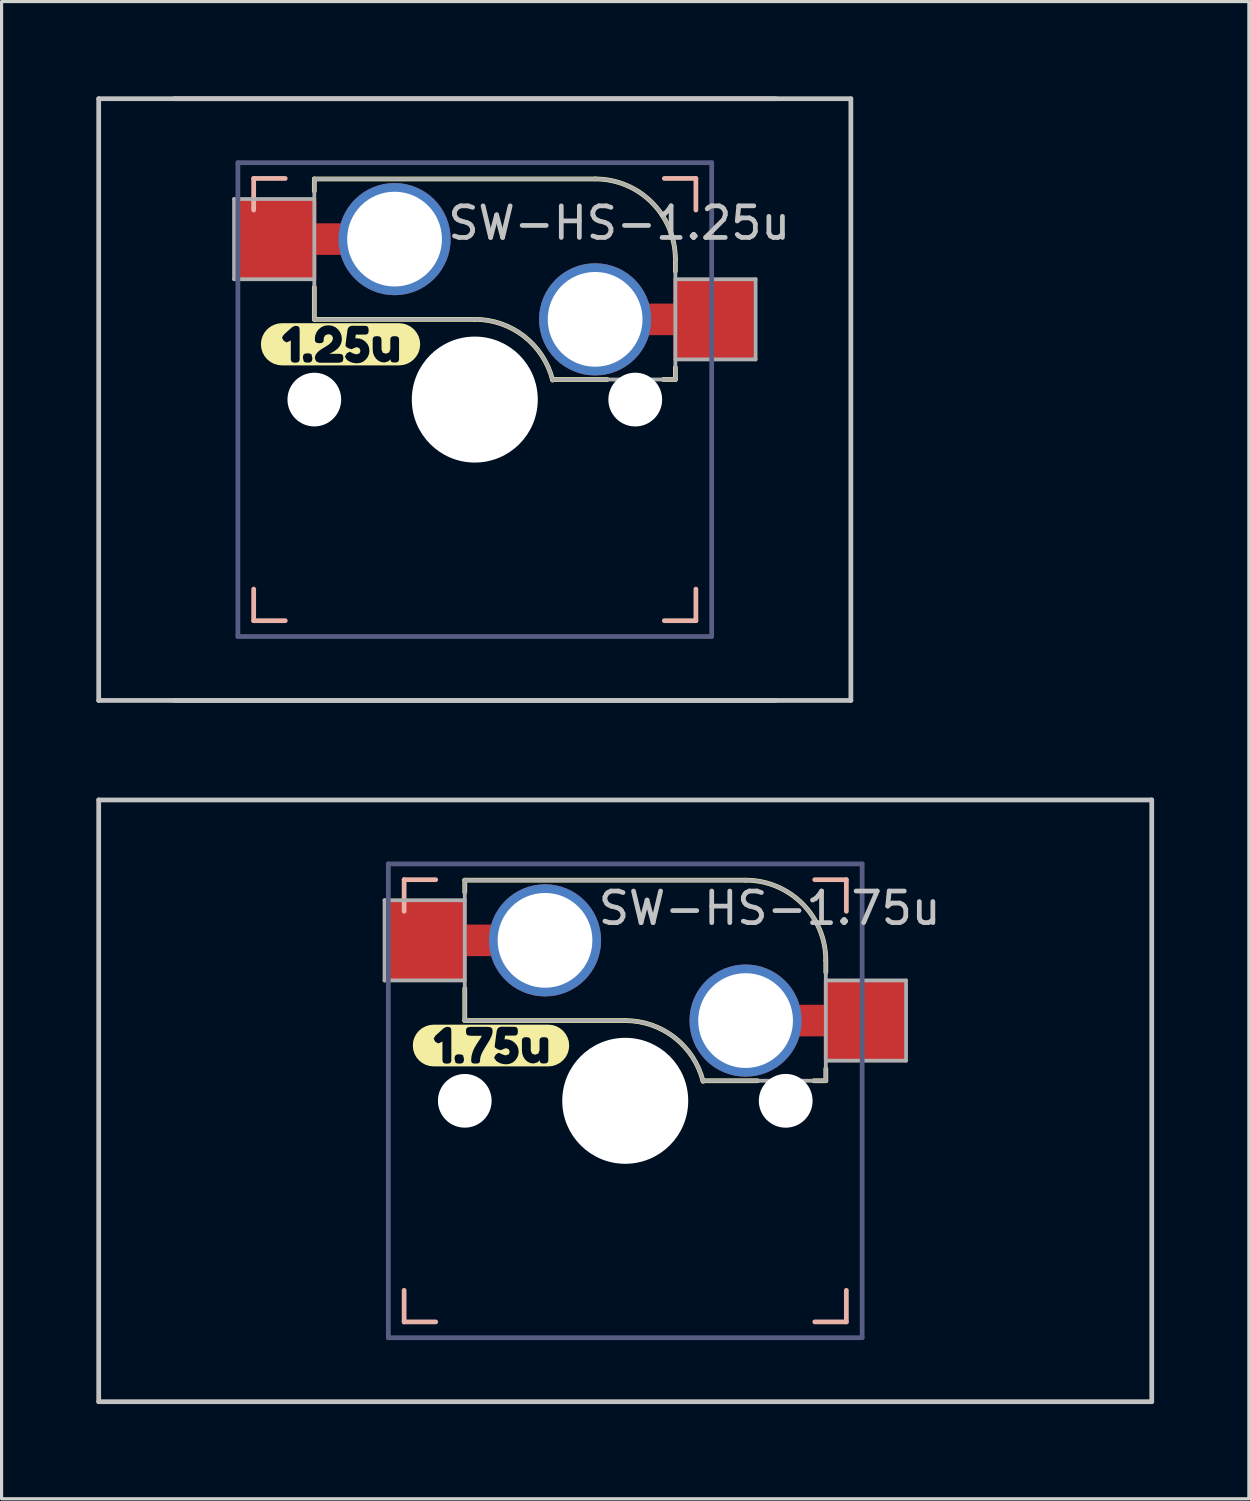
<source format=kicad_pcb>
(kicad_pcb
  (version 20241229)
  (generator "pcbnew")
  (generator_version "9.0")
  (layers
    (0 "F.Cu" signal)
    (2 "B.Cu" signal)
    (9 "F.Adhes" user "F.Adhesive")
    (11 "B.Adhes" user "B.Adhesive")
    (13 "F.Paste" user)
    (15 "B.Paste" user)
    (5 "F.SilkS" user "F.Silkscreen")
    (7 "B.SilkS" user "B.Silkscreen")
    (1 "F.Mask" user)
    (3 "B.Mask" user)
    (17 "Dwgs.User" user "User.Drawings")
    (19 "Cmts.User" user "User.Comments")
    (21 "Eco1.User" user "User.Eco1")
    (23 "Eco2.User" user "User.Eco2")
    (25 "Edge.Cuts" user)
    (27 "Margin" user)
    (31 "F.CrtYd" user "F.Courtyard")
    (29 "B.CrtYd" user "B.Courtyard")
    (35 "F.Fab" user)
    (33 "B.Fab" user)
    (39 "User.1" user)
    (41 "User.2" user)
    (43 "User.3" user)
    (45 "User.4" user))
  (footprint "SW-HS-1.25u"
    (layer "F.Cu")
    (at 11.981 9.6)
    (property "Reference" "SW-HS-1.25u" (at 4.572 -5.588 0) (layer "Dwgs.User") (effects (font (size 1 1) (thickness 0.15))))
    (attr through_hole)
    (fp_line (start -5.08 -6.985) (end -5.08 -6.604) (stroke (width 0.15) (type solid)) (layer "F.SilkS"))
    (fp_line (start -5.08 -3.556) (end -5.08 -2.54) (stroke (width 0.15) (type solid)) (layer "F.SilkS"))
    (fp_line (start -5.08 -2.54) (end 0 -2.54) (stroke (width 0.15) (type solid)) (layer "F.SilkS"))
    (fp_line (start 2.464 -0.635) (end 4.191 -0.635) (stroke (width 0.15) (type solid)) (layer "F.SilkS"))
    (fp_line (start 3.81 -6.985) (end -5.08 -6.985) (stroke (width 0.15) (type solid)) (layer "F.SilkS"))
    (fp_line (start 5.969 -0.635) (end 6.35 -0.635) (stroke (width 0.15) (type solid)) (layer "F.SilkS"))
    (fp_line (start 6.35 -4.445) (end 6.35 -4.064) (stroke (width 0.15) (type solid)) (layer "F.SilkS"))
    (fp_line (start 6.35 -1.016) (end 6.35 -0.635) (stroke (width 0.15) (type solid)) (layer "F.SilkS"))
    (fp_arc (start 0 -2.54) (mid 1.563147 -2.002042) (end 2.464162 -0.61604) (stroke (width 0.15) (type solid)) (layer "F.SilkS"))
    (fp_arc (start 3.81 -6.985) (mid 5.606051 -6.241051) (end 6.35 -4.445) (stroke (width 0.15) (type solid)) (layer "F.SilkS"))
    (fp_poly (pts (xy -6.103 -2.418) (xy -6.103 -2.418) (xy -6.233 -2.405) (xy -6.358 -2.367) (xy -6.474 -2.305) (xy -6.575 -2.222) (xy -6.658 -2.121) (xy -6.72 -2.006) (xy -6.758 -1.88) (xy -6.771 -1.75) (xy -6.758 -1.62) (xy -6.72 -1.494) (xy -6.658 -1.379) (xy -6.575 -1.278) (xy -6.474 -1.195) (xy -6.358 -1.133) (xy -6.233 -1.095) (xy -6.103 -1.082) (xy -6.103 -1.082) (xy -5.685 -1.082) (xy -5.685 -1.167) (xy -5.765 -1.178) (xy -5.807 -1.209) (xy -5.822 -1.252) (xy -5.825 -1.31) (xy -5.825 -1.877) (xy -5.845 -1.858) (xy -5.957 -1.809) (xy -6.053 -1.864) (xy -6.103 -1.963) (xy -6.045 -2.056) (xy -5.785 -2.291) (xy -5.78 -2.295) (xy -5.691 -2.336) (xy -5.615 -2.328) (xy -5.574 -2.31) (xy -5.552 -2.275) (xy -5.544 -2.191) (xy -5.544 -1.307) (xy -5.546 -1.252) (xy -5.561 -1.21) (xy -5.603 -1.178) (xy -5.685 -1.167) (xy -5.685 -1.082) (xy -5.283 -1.082) (xy -5.283 -1.169) (xy -5.362 -1.177) (xy -5.41 -1.199) (xy -5.441 -1.313) (xy -5.441 -1.32) (xy -5.438 -1.375) (xy -5.423 -1.418) (xy -5.381 -1.454) (xy -5.303 -1.466) (xy -5.222 -1.458) (xy -5.171 -1.433) (xy -5.144 -1.321) (xy -5.144 -1.315) (xy -5.146 -1.259) (xy -5.163 -1.215) (xy -5.205 -1.18) (xy -5.283 -1.169) (xy -5.283 -1.082) (xy -4.304 -1.082) (xy -4.304 -1.167) (xy -4.925 -1.167) (xy -5.023 -1.21) (xy -5.064 -1.31) (xy -5.05 -1.393) (xy -5.005 -1.468) (xy -4.939 -1.535) (xy -4.861 -1.592) (xy -4.777 -1.643) (xy -4.693 -1.694) (xy -4.615 -1.747) (xy -4.549 -1.807) (xy -4.505 -1.873) (xy -4.49 -1.942) (xy -4.501 -1.983) (xy -4.525 -2.025) (xy -4.567 -2.056) (xy -4.647 -2.071) (xy -4.735 -2.033) (xy -4.777 -1.96) (xy -4.783 -1.923) (xy -4.783 -1.914) (xy -4.786 -1.861) (xy -4.801 -1.821) (xy -4.844 -1.793) (xy -4.925 -1.783) (xy -5.013 -1.798) (xy -5.056 -1.844) (xy -5.064 -1.925) (xy -5.051 -2.031) (xy -5.012 -2.13) (xy -4.946 -2.221) (xy -4.859 -2.293) (xy -4.756 -2.337) (xy -4.637 -2.352) (xy -4.517 -2.337) (xy -4.414 -2.293) (xy -4.326 -2.219) (xy -4.26 -2.127) (xy -4.22 -2.026) (xy -4.207 -1.917) (xy -4.217 -1.829) (xy -4.247 -1.745) (xy -4.29 -1.672) (xy -4.342 -1.615) (xy -4.453 -1.527) (xy -4.552 -1.474) (xy -4.591 -1.458) (xy -4.591 -1.45) (xy -4.301 -1.45) (xy -4.208 -1.435) (xy -4.171 -1.389) (xy -4.161 -1.308) (xy -4.171 -1.228) (xy -4.206 -1.186) (xy -4.304 -1.167) (xy -4.304 -1.082) (xy -3.734 -1.082) (xy -3.734 -1.148) (xy -3.829 -1.157) (xy -3.918 -1.181) (xy -4.001 -1.223) (xy -4.04 -1.253) (xy -4.053 -1.264) (xy -4.113 -1.359) (xy -4.055 -1.463) (xy -3.963 -1.515) (xy -3.856 -1.464) (xy -3.757 -1.431) (xy -3.652 -1.461) (xy -3.618 -1.544) (xy -3.655 -1.629) (xy -3.74 -1.66) (xy -3.817 -1.631) (xy -3.903 -1.594) (xy -4.003 -1.625) (xy -4.077 -1.673) (xy -4.094 -1.712) (xy -4.086 -1.786) (xy -4.063 -1.967) (xy -4.038 -2.146) (xy -4.029 -2.212) (xy -4.018 -2.245) (xy -3.995 -2.288) (xy -3.954 -2.322) (xy -3.89 -2.337) (xy -3.648 -2.336) (xy -3.499 -2.336) (xy -3.444 -2.333) (xy -3.402 -2.318) (xy -3.37 -2.275) (xy -3.359 -2.191) (xy -3.369 -2.115) (xy -3.399 -2.075) (xy -3.438 -2.06) (xy -3.49 -2.058) (xy -3.767 -2.058) (xy -3.783 -1.937) (xy -3.728 -1.941) (xy -3.631 -1.928) (xy -3.54 -1.89) (xy -3.456 -1.827) (xy -3.389 -1.746) (xy -3.349 -1.653) (xy -3.336 -1.549) (xy -3.348 -1.445) (xy -3.386 -1.351) (xy -3.45 -1.267) (xy -3.532 -1.201) (xy -3.627 -1.161) (xy -3.734 -1.148) (xy -3.734 -1.082) (xy -2.537 -1.082) (xy -2.537 -1.172) (xy -2.615 -1.182) (xy -2.656 -1.21) (xy -2.672 -1.275) (xy -2.701 -1.244) (xy -2.743 -1.209) (xy -2.861 -1.174) (xy -2.962 -1.187) (xy -3.05 -1.228) (xy -3.127 -1.295) (xy -3.185 -1.382) (xy -3.221 -1.481) (xy -3.232 -1.591) (xy -3.232 -1.869) (xy -3.23 -1.925) (xy -3.217 -1.966) (xy -3.174 -1.998) (xy -3.093 -2.009) (xy -3.005 -1.994) (xy -2.963 -1.948) (xy -2.953 -1.867) (xy -2.953 -1.59) (xy -2.916 -1.488) (xy -2.816 -1.452) (xy -2.714 -1.49) (xy -2.675 -1.59) (xy -2.675 -1.871) (xy -2.673 -1.925) (xy -2.658 -1.967) (xy -2.617 -1.998) (xy -2.535 -2.009) (xy -2.455 -1.998) (xy -2.413 -1.966) (xy -2.4 -1.924) (xy -2.397 -1.869) (xy -2.397 -1.307) (xy -2.4 -1.254) (xy -2.415 -1.213) (xy -2.457 -1.182) (xy -2.537 -1.172) (xy -2.537 -1.082) (xy -2.397 -1.082) (xy -2.397 -1.082) (xy -2.267 -1.095) (xy -2.142 -1.133) (xy -2.026 -1.195) (xy -1.925 -1.278) (xy -1.842 -1.379) (xy -1.78 -1.494) (xy -1.742 -1.62) (xy -1.729 -1.75) (xy -1.742 -1.88) (xy -1.78 -2.006) (xy -1.842 -2.121) (xy -1.925 -2.222) (xy -2.026 -2.305) (xy -2.142 -2.367) (xy -2.267 -2.405) (xy -2.397 -2.418) (xy -2.397 -2.418) (xy -6.103 -2.418)) (stroke (width 0) (type solid)) (fill yes) (layer "F.SilkS"))
    (fp_line (start -7 -7) (end -7 -6) (stroke (width 0.15) (type solid)) (layer "B.SilkS"))
    (fp_line (start -7 -7) (end -6 -7) (stroke (width 0.15) (type solid)) (layer "B.SilkS"))
    (fp_line (start -7 6) (end -7 7) (stroke (width 0.15) (type solid)) (layer "B.SilkS"))
    (fp_line (start -6 7) (end -7 7) (stroke (width 0.15) (type solid)) (layer "B.SilkS"))
    (fp_line (start 6 -7) (end 7 -7) (stroke (width 0.15) (type solid)) (layer "B.SilkS"))
    (fp_line (start 7 -6) (end 7 -7) (stroke (width 0.15) (type solid)) (layer "B.SilkS"))
    (fp_line (start 7 7) (end 6 7) (stroke (width 0.15) (type solid)) (layer "B.SilkS"))
    (fp_line (start 7 7) (end 7 6) (stroke (width 0.15) (type solid)) (layer "B.SilkS"))
    (fp_line (start -11.906 -9.525) (end 11.906 -9.525) (stroke (width 0.15) (type solid)) (layer "Dwgs.User"))
    (fp_line (start -11.906 9.525) (end -11.906 -9.525) (stroke (width 0.15) (type solid)) (layer "Dwgs.User"))
    (fp_line (start -9.525 -9.525) (end 9.525 -9.525) (stroke (width 0.15) (type solid)) (layer "Dwgs.User"))
    (fp_line (start 9.525 9.525) (end -9.525 9.525) (stroke (width 0.15) (type solid)) (layer "Dwgs.User"))
    (fp_line (start 11.906 -9.525) (end 11.906 9.525) (stroke (width 0.15) (type solid)) (layer "Dwgs.User"))
    (fp_line (start 11.906 9.525) (end -11.906 9.525) (stroke (width 0.15) (type solid)) (layer "Dwgs.User"))
    (fp_rect (start -11.4 -9) (end 11.4 9) (stroke (width 0.12) (type solid)) (fill no) (layer "Eco2.User"))
    (fp_line (start -7.5 -7.5) (end -7.5 7.5) (stroke (width 0.15) (type solid)) (layer "B.Fab"))
    (fp_line (start -7.5 7.5) (end 7.5 7.5) (stroke (width 0.15) (type solid)) (layer "B.Fab"))
    (fp_line (start 7.5 -7.5) (end -7.5 -7.5) (stroke (width 0.15) (type solid)) (layer "B.Fab"))
    (fp_line (start 7.5 7.5) (end 7.5 -7.5) (stroke (width 0.15) (type solid)) (layer "B.Fab"))
    (fp_line (start -7.62 -6.35) (end -7.62 -3.81) (stroke (width 0.12) (type solid)) (layer "F.Fab"))
    (fp_line (start -7.62 -3.81) (end -5.08 -3.81) (stroke (width 0.12) (type solid)) (layer "F.Fab"))
    (fp_line (start -5.08 -6.985) (end -5.08 -2.54) (stroke (width 0.12) (type solid)) (layer "F.Fab"))
    (fp_line (start -5.08 -6.35) (end -7.62 -6.35) (stroke (width 0.12) (type solid)) (layer "F.Fab"))
    (fp_line (start -5.08 -2.54) (end 0 -2.54) (stroke (width 0.12) (type solid)) (layer "F.Fab"))
    (fp_line (start 3.81 -6.985) (end -5.08 -6.985) (stroke (width 0.12) (type solid)) (layer "F.Fab"))
    (fp_line (start 6.35 -1.27) (end 8.89 -1.27) (stroke (width 0.12) (type solid)) (layer "F.Fab"))
    (fp_line (start 6.35 -0.635) (end 2.54 -0.635) (stroke (width 0.12) (type solid)) (layer "F.Fab"))
    (fp_line (start 6.35 -0.635) (end 6.35 -4.445) (stroke (width 0.12) (type solid)) (layer "F.Fab"))
    (fp_line (start 8.89 -3.81) (end 6.35 -3.81) (stroke (width 0.12) (type solid)) (layer "F.Fab"))
    (fp_line (start 8.89 -1.27) (end 8.89 -3.81) (stroke (width 0.12) (type solid)) (layer "F.Fab"))
    (fp_arc (start 0 -2.54) (mid 1.563147 -2.002042) (end 2.464162 -0.61604) (stroke (width 0.12) (type solid)) (layer "F.Fab"))
    (fp_arc (start 3.81 -6.985) (mid 5.606051 -6.241051) (end 6.35 -4.445) (stroke (width 0.12) (type solid)) (layer "F.Fab"))
    (pad "" np_thru_hole circle (at -5.08 0) (size 1.7 1.7) (drill 1.7) (layers "*.Cu" "*.Mask"))
    (pad "" np_thru_hole circle (at 0 0) (size 3.988 3.988) (drill 3.988) (layers "*.Cu" "*.Mask"))
    (pad "" np_thru_hole circle (at 5.08 0) (size 1.702 1.702) (drill 1.702) (layers "*.Cu" "*.Mask"))
    (pad "1" thru_hole circle (at 3.81 -2.54) (size 3.55 3.55) (drill 3) (layers "*.Cu"))
    (pad "1" connect rect (at 5.715 -2.54 270) (size 1 2.5) (layers "F.Cu"))
    (pad "1" smd rect (at 7.56 -2.54) (size 2.55 2.5) (layers "F.Cu" "F.Mask" "F.Paste"))
    (pad "2" smd rect (at -6.29 -5.08) (size 2.55 2.5) (layers "F.Cu" "F.Mask" "F.Paste"))
    (pad "2" connect rect (at -5.015 -5.08 90) (size 1 2.5) (layers "F.Cu"))
    (pad "2" thru_hole circle (at -2.54 -5.08) (size 3.55 3.55) (drill 3) (layers "*.Cu")))
  (footprint "SW-HS-1.75u"
    (layer "F.Cu")
    (at 16.744 31.8)
    (property "Reference" "SW-HS-1.75u" (at 4.572 -6.096 0) (layer "Dwgs.User") (effects (font (size 1 1) (thickness 0.15))))
    (attr through_hole)
    (fp_line (start -5.08 -6.985) (end -5.08 -6.604) (stroke (width 0.15) (type solid)) (layer "F.SilkS"))
    (fp_line (start -5.08 -3.556) (end -5.08 -2.54) (stroke (width 0.15) (type solid)) (layer "F.SilkS"))
    (fp_line (start -5.08 -2.54) (end 0 -2.54) (stroke (width 0.15) (type solid)) (layer "F.SilkS"))
    (fp_line (start 2.464 -0.635) (end 4.191 -0.635) (stroke (width 0.15) (type solid)) (layer "F.SilkS"))
    (fp_line (start 3.81 -6.985) (end -5.08 -6.985) (stroke (width 0.15) (type solid)) (layer "F.SilkS"))
    (fp_line (start 5.969 -0.635) (end 6.35 -0.635) (stroke (width 0.15) (type solid)) (layer "F.SilkS"))
    (fp_line (start 6.35 -4.445) (end 6.35 -4.064) (stroke (width 0.15) (type solid)) (layer "F.SilkS"))
    (fp_line (start 6.35 -1.016) (end 6.35 -0.635) (stroke (width 0.15) (type solid)) (layer "F.SilkS"))
    (fp_arc (start 0 -2.539999) (mid 1.563147 -2.002041) (end 2.464162 -0.616039) (stroke (width 0.15) (type solid)) (layer "F.SilkS"))
    (fp_arc (start 3.81 -6.984999) (mid 5.606051 -6.24105) (end 6.35 -4.444999) (stroke (width 0.15) (type solid)) (layer "F.SilkS"))
    (fp_poly (pts (xy -6.065 -2.411) (xy -6.065 -2.411) (xy -6.194 -2.398) (xy -6.317 -2.36) (xy -6.432 -2.299) (xy -6.532 -2.217) (xy -6.614 -2.117) (xy -6.675 -2.003) (xy -6.713 -1.879) (xy -6.725 -1.75) (xy -6.713 -1.621) (xy -6.675 -1.497) (xy -6.614 -1.383) (xy -6.532 -1.283) (xy -6.432 -1.201) (xy -6.317 -1.14) (xy -6.194 -1.102) (xy -6.065 -1.089) (xy -6.065 -1.089) (xy -5.647 -1.089) (xy -5.647 -1.175) (xy -5.727 -1.185) (xy -5.769 -1.216) (xy -5.784 -1.259) (xy -5.787 -1.317) (xy -5.787 -1.884) (xy -5.807 -1.865) (xy -5.918 -1.816) (xy -6.015 -1.871) (xy -6.065 -1.97) (xy -6.007 -2.064) (xy -5.747 -2.298) (xy -5.742 -2.302) (xy -5.653 -2.343) (xy -5.577 -2.335) (xy -5.536 -2.317) (xy -5.514 -2.283) (xy -5.506 -2.198) (xy -5.506 -1.314) (xy -5.508 -1.259) (xy -5.523 -1.217) (xy -5.565 -1.185) (xy -5.647 -1.175) (xy -5.647 -1.089) (xy -5.245 -1.089) (xy -5.245 -1.176) (xy -5.324 -1.184) (xy -5.372 -1.206) (xy -5.403 -1.321) (xy -5.403 -1.327) (xy -5.4 -1.382) (xy -5.385 -1.425) (xy -5.343 -1.461) (xy -5.265 -1.473) (xy -5.184 -1.465) (xy -5.133 -1.44) (xy -5.106 -1.329) (xy -5.106 -1.322) (xy -5.108 -1.266) (xy -5.125 -1.222) (xy -5.167 -1.188) (xy -5.245 -1.176) (xy -5.245 -1.089) (xy -4.737 -1.089) (xy -4.737 -1.178) (xy -4.818 -1.184) (xy -4.86 -1.209) (xy -4.875 -1.245) (xy -4.877 -1.298) (xy -4.868 -1.403) (xy -4.842 -1.51) (xy -4.804 -1.613) (xy -4.758 -1.705) (xy -4.709 -1.787) (xy -4.66 -1.863) (xy -4.614 -1.93) (xy -4.575 -1.987) (xy -4.541 -2.059) (xy -4.902 -2.059) (xy -4.995 -2.075) (xy -5.033 -2.121) (xy -5.042 -2.2) (xy -5.033 -2.279) (xy -5.002 -2.321) (xy -4.91 -2.34) (xy -4.339 -2.34) (xy -4.251 -2.325) (xy -4.209 -2.279) (xy -4.199 -2.191) (xy -4.21 -2.119) (xy -4.24 -2.033) (xy -4.286 -1.939) (xy -4.34 -1.846) (xy -4.398 -1.754) (xy -4.456 -1.66) (xy -4.517 -1.552) (xy -4.561 -1.456) (xy -4.587 -1.37) (xy -4.596 -1.295) (xy -4.599 -1.244) (xy -4.615 -1.209) (xy -4.657 -1.184) (xy -4.737 -1.178) (xy -4.737 -1.089) (xy -3.772 -1.089) (xy -3.772 -1.155) (xy -3.867 -1.164) (xy -3.956 -1.189) (xy -4.039 -1.23) (xy -4.079 -1.26) (xy -4.091 -1.271) (xy -4.152 -1.367) (xy -4.093 -1.47) (xy -4.001 -1.522) (xy -3.894 -1.471) (xy -3.795 -1.438) (xy -3.69 -1.468) (xy -3.656 -1.552) (xy -3.694 -1.636) (xy -3.779 -1.667) (xy -3.855 -1.638) (xy -3.941 -1.602) (xy -4.041 -1.632) (xy -4.115 -1.68) (xy -4.133 -1.719) (xy -4.125 -1.793) (xy -4.101 -1.975) (xy -4.077 -2.153) (xy -4.067 -2.219) (xy -4.056 -2.252) (xy -4.033 -2.295) (xy -3.992 -2.329) (xy -3.928 -2.345) (xy -3.686 -2.343) (xy -3.537 -2.343) (xy -3.482 -2.341) (xy -3.44 -2.325) (xy -3.408 -2.283) (xy -3.398 -2.198) (xy -3.407 -2.122) (xy -3.437 -2.083) (xy -3.476 -2.067) (xy -3.528 -2.065) (xy -3.805 -2.065) (xy -3.821 -1.944) (xy -3.766 -1.948) (xy -3.669 -1.935) (xy -3.578 -1.897) (xy -3.494 -1.834) (xy -3.427 -1.753) (xy -3.387 -1.66) (xy -3.374 -1.556) (xy -3.386 -1.452) (xy -3.425 -1.358) (xy -3.488 -1.274) (xy -3.57 -1.208) (xy -3.665 -1.169) (xy -3.772 -1.155) (xy -3.772 -1.089) (xy -2.575 -1.089) (xy -2.575 -1.179) (xy -2.653 -1.189) (xy -2.694 -1.217) (xy -2.71 -1.282) (xy -2.739 -1.251) (xy -2.782 -1.216) (xy -2.899 -1.181) (xy -3 -1.194) (xy -3.088 -1.235) (xy -3.165 -1.302) (xy -3.224 -1.389) (xy -3.259 -1.488) (xy -3.271 -1.598) (xy -3.271 -1.876) (xy -3.268 -1.932) (xy -3.255 -1.973) (xy -3.213 -2.005) (xy -3.131 -2.016) (xy -3.043 -2.001) (xy -3.001 -1.956) (xy -2.991 -1.875) (xy -2.991 -1.597) (xy -2.954 -1.495) (xy -2.854 -1.459) (xy -2.752 -1.497) (xy -2.713 -1.597) (xy -2.713 -1.878) (xy -2.711 -1.933) (xy -2.696 -1.975) (xy -2.655 -2.006) (xy -2.574 -2.016) (xy -2.493 -2.005) (xy -2.451 -1.973) (xy -2.438 -1.931) (xy -2.435 -1.876) (xy -2.435 -1.314) (xy -2.438 -1.261) (xy -2.453 -1.221) (xy -2.495 -1.19) (xy -2.575 -1.179) (xy -2.575 -1.089) (xy -2.435 -1.089) (xy -2.435 -1.089) (xy -2.306 -1.102) (xy -2.183 -1.14) (xy -2.068 -1.201) (xy -1.968 -1.283) (xy -1.886 -1.383) (xy -1.825 -1.497) (xy -1.787 -1.621) (xy -1.775 -1.75) (xy -1.787 -1.879) (xy -1.825 -2.003) (xy -1.886 -2.117) (xy -1.968 -2.217) (xy -2.068 -2.299) (xy -2.183 -2.36) (xy -2.306 -2.398) (xy -2.435 -2.411) (xy -2.435 -2.411) (xy -6.065 -2.411)) (stroke (width 0) (type solid)) (fill yes) (layer "F.SilkS"))
    (fp_line (start -7 -7) (end -7 -6) (stroke (width 0.15) (type solid)) (layer "B.SilkS"))
    (fp_line (start -7 -7) (end -6 -7) (stroke (width 0.15) (type solid)) (layer "B.SilkS"))
    (fp_line (start -7 6) (end -7 7) (stroke (width 0.15) (type solid)) (layer "B.SilkS"))
    (fp_line (start -6 7) (end -7 7) (stroke (width 0.15) (type solid)) (layer "B.SilkS"))
    (fp_line (start 6 -7) (end 7 -7) (stroke (width 0.15) (type solid)) (layer "B.SilkS"))
    (fp_line (start 7 -6) (end 7 -7) (stroke (width 0.15) (type solid)) (layer "B.SilkS"))
    (fp_line (start 7 7) (end 6 7) (stroke (width 0.15) (type solid)) (layer "B.SilkS"))
    (fp_line (start 7 7) (end 7 6) (stroke (width 0.15) (type solid)) (layer "B.SilkS"))
    (fp_line (start -16.669 -9.525) (end 16.669 -9.525) (stroke (width 0.15) (type solid)) (layer "Dwgs.User"))
    (fp_line (start -16.669 9.525) (end -16.669 -9.525) (stroke (width 0.15) (type solid)) (layer "Dwgs.User"))
    (fp_line (start 16.669 -9.525) (end 16.669 9.525) (stroke (width 0.15) (type solid)) (layer "Dwgs.User"))
    (fp_line (start 16.669 9.525) (end -16.669 9.525) (stroke (width 0.15) (type solid)) (layer "Dwgs.User"))
    (fp_rect (start -16.15 -9) (end 16.15 9) (stroke (width 0.12) (type solid)) (fill no) (layer "Eco2.User"))
    (fp_line (start -7.5 -7.5) (end -7.5 7.5) (stroke (width 0.15) (type solid)) (layer "B.Fab"))
    (fp_line (start -7.5 7.5) (end 7.5 7.5) (stroke (width 0.15) (type solid)) (layer "B.Fab"))
    (fp_line (start 7.5 -7.5) (end -7.5 -7.5) (stroke (width 0.15) (type solid)) (layer "B.Fab"))
    (fp_line (start 7.5 7.5) (end 7.5 -7.5) (stroke (width 0.15) (type solid)) (layer "B.Fab"))
    (fp_line (start -7.62 -6.35) (end -7.62 -3.81) (stroke (width 0.12) (type solid)) (layer "F.Fab"))
    (fp_line (start -7.62 -3.81) (end -5.08 -3.81) (stroke (width 0.12) (type solid)) (layer "F.Fab"))
    (fp_line (start -5.08 -6.985) (end -5.08 -2.54) (stroke (width 0.12) (type solid)) (layer "F.Fab"))
    (fp_line (start -5.08 -6.35) (end -7.62 -6.35) (stroke (width 0.12) (type solid)) (layer "F.Fab"))
    (fp_line (start -5.08 -2.54) (end 0 -2.54) (stroke (width 0.12) (type solid)) (layer "F.Fab"))
    (fp_line (start 3.81 -6.985) (end -5.08 -6.985) (stroke (width 0.12) (type solid)) (layer "F.Fab"))
    (fp_line (start 6.35 -1.27) (end 8.89 -1.27) (stroke (width 0.12) (type solid)) (layer "F.Fab"))
    (fp_line (start 6.35 -0.635) (end 2.54 -0.635) (stroke (width 0.12) (type solid)) (layer "F.Fab"))
    (fp_line (start 6.35 -0.635) (end 6.35 -4.445) (stroke (width 0.12) (type solid)) (layer "F.Fab"))
    (fp_line (start 8.89 -3.81) (end 6.35 -3.81) (stroke (width 0.12) (type solid)) (layer "F.Fab"))
    (fp_line (start 8.89 -1.27) (end 8.89 -3.81) (stroke (width 0.12) (type solid)) (layer "F.Fab"))
    (fp_arc (start 0 -2.539999) (mid 1.563147 -2.002041) (end 2.464162 -0.616039) (stroke (width 0.12) (type solid)) (layer "F.Fab"))
    (fp_arc (start 3.81 -6.984999) (mid 5.606051 -6.24105) (end 6.35 -4.444999) (stroke (width 0.12) (type solid)) (layer "F.Fab"))
    (pad "" np_thru_hole circle (at -5.08 0.000001) (size 1.7 1.7) (drill 1.7) (layers "*.Cu" "*.Mask"))
    (pad "" np_thru_hole circle (at 0 0.000001) (size 3.988 3.988) (drill 3.988) (layers "*.Cu" "*.Mask"))
    (pad "" np_thru_hole circle (at 5.08 0.000001) (size 1.702 1.702) (drill 1.702) (layers "*.Cu" "*.Mask"))
    (pad "1" thru_hole circle (at 3.81 -2.54) (size 3.55 3.55) (drill 3) (layers "*.Cu"))
    (pad "1" connect rect (at 5.715 -2.54 270) (size 1 2.5) (layers "F.Cu"))
    (pad "1" smd rect (at 7.56 -2.54) (size 2.55 2.5) (layers "F.Cu" "F.Mask" "F.Paste"))
    (pad "2" smd rect (at -6.29 -5.08) (size 2.55 2.5) (layers "F.Cu" "F.Mask" "F.Paste"))
    (pad "2" connect rect (at -5.015 -5.08 90) (size 1 2.5) (layers "F.Cu"))
    (pad "2" thru_hole circle (at -2.54 -5.08) (size 3.55 3.55) (drill 3) (layers "*.Cu")))
  (gr_rect
    (start -3 -3)
    (end 36.487 44.4)
    (stroke (width 0.1) (type default))
    (fill no)
    (layer "Edge.Cuts")))
</source>
